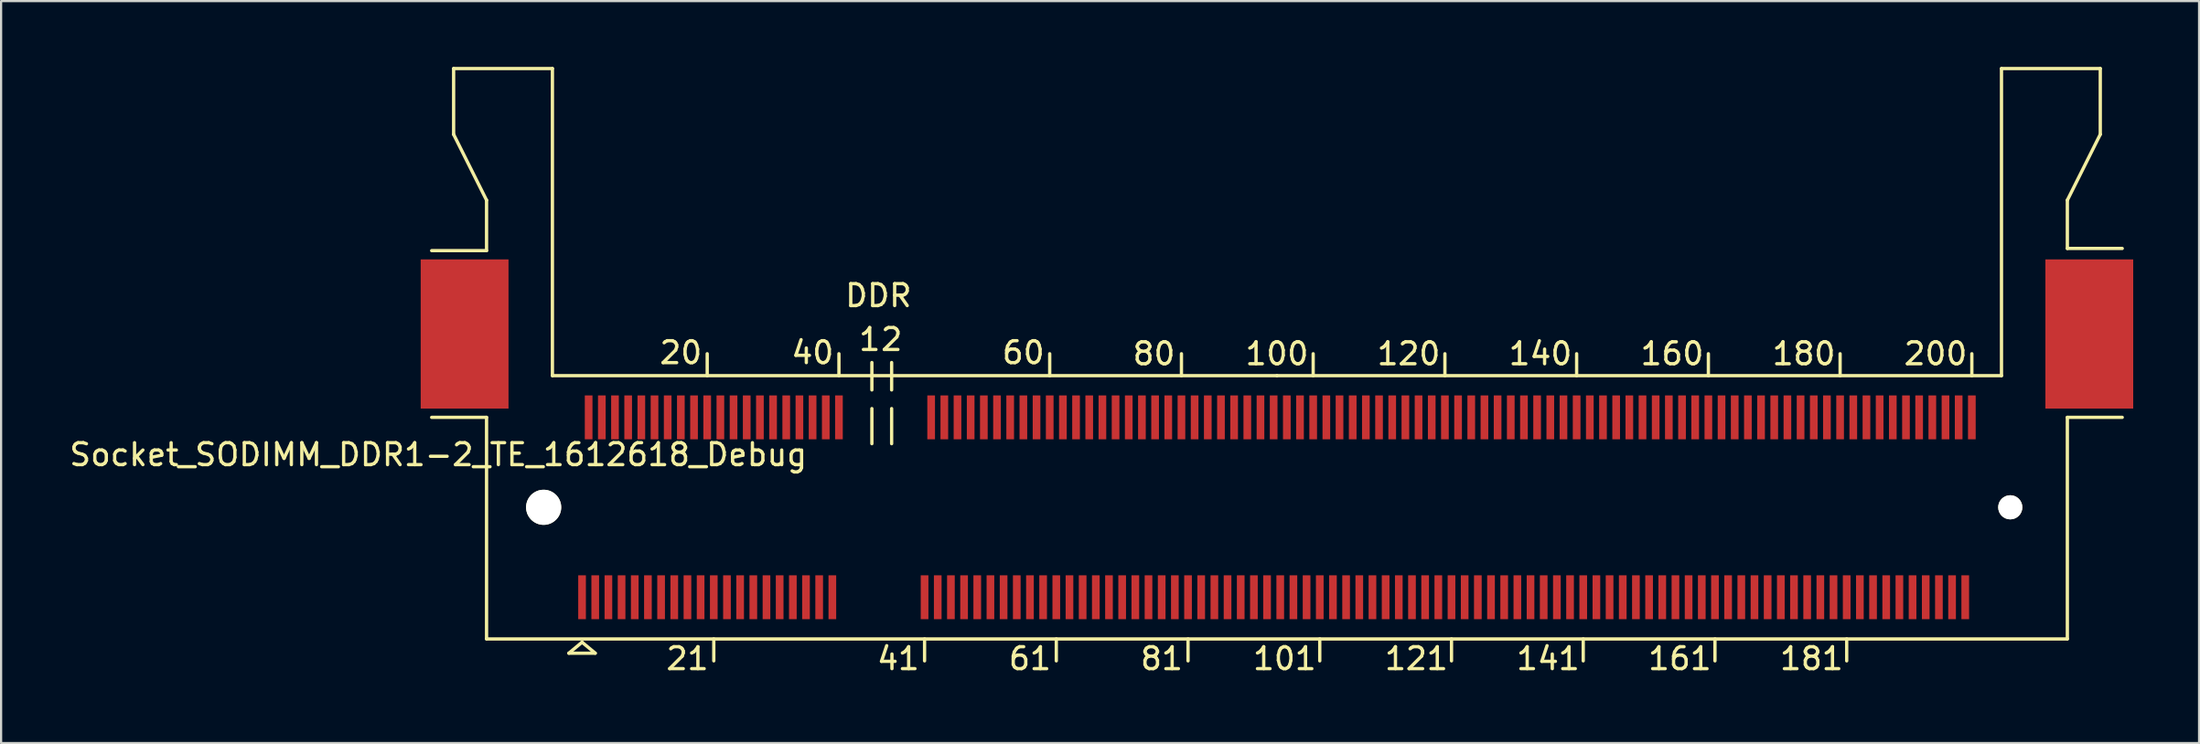
<source format=kicad_pcb>
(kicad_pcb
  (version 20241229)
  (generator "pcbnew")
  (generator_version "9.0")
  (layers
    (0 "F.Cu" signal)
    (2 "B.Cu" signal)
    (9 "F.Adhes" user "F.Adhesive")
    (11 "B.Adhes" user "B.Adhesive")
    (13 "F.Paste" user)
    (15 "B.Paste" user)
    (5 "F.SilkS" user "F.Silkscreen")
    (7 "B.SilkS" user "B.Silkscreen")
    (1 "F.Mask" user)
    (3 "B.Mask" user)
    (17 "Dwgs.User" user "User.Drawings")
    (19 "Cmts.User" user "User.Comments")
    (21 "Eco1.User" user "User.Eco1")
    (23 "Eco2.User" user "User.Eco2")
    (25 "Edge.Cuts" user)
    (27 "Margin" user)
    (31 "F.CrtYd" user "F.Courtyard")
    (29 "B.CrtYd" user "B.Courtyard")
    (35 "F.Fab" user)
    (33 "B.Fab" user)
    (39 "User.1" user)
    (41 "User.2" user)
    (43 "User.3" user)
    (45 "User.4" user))
  (footprint "Socket_SODIMM_DDR1-2_TE_1612618_Debug"
    (layer "F.Cu")
    (at 55.111 20.075)
    (property "Reference" "Socket_SODIMM_DDR1-2_TE_1612618_Debug" (at -38.2 -2.4 0) (layer "F.SilkS") (effects (font (size 1 1) (thickness 0.15))))
    (attr smd)
    (fp_line (start -37.5 -20) (end -37.5 -17) (stroke (width 0.15) (type solid)) (layer "F.SilkS"))
    (fp_line (start -37.5 -17) (end -36 -14) (stroke (width 0.15) (type solid)) (layer "F.SilkS"))
    (fp_line (start -36 -14) (end -36 -11.7) (stroke (width 0.15) (type solid)) (layer "F.SilkS"))
    (fp_line (start -36 -11.7) (end -38.5 -11.7) (stroke (width 0.15) (type solid)) (layer "F.SilkS"))
    (fp_line (start -36 -4.1) (end -38.5 -4.1) (stroke (width 0.15) (type solid)) (layer "F.SilkS"))
    (fp_line (start -36 -4.1) (end -36 6) (stroke (width 0.15) (type solid)) (layer "F.SilkS"))
    (fp_line (start -36 6) (end 36 6) (stroke (width 0.15) (type solid)) (layer "F.SilkS"))
    (fp_line (start -33 -20) (end -37.5 -20) (stroke (width 0.15) (type solid)) (layer "F.SilkS"))
    (fp_line (start -33 -6) (end -33 -20) (stroke (width 0.15) (type solid)) (layer "F.SilkS"))
    (fp_line (start -32.25 6.65) (end -31.65 6.15) (stroke (width 0.15) (type solid)) (layer "F.SilkS"))
    (fp_line (start -31.65 6.15) (end -31.05 6.65) (stroke (width 0.15) (type solid)) (layer "F.SilkS"))
    (fp_line (start -31.05 6.65) (end -32.25 6.65) (stroke (width 0.15) (type solid)) (layer "F.SilkS"))
    (fp_line (start -25.95 -6) (end -25.95 -7) (stroke (width 0.15) (type solid)) (layer "F.SilkS"))
    (fp_line (start -25.65 7) (end -25.65 6) (stroke (width 0.15) (type solid)) (layer "F.SilkS"))
    (fp_line (start -19.95 -6) (end -19.95 -7) (stroke (width 0.15) (type solid)) (layer "F.SilkS"))
    (fp_line (start -18.45 -5.35) (end -18.45 -6.6) (stroke (width 0.15) (type solid)) (layer "F.SilkS"))
    (fp_line (start -18.45 -4.5) (end -18.45 -2.9) (stroke (width 0.15) (type solid)) (layer "F.SilkS"))
    (fp_line (start -17.55 -5.35) (end -17.55 -6.6) (stroke (width 0.15) (type solid)) (layer "F.SilkS"))
    (fp_line (start -17.55 -4.5) (end -17.55 -2.9) (stroke (width 0.15) (type solid)) (layer "F.SilkS"))
    (fp_line (start -16.05 7) (end -16.05 6) (stroke (width 0.15) (type solid)) (layer "F.SilkS"))
    (fp_line (start -10.35 -6) (end -10.35 -7) (stroke (width 0.15) (type solid)) (layer "F.SilkS"))
    (fp_line (start -10.05 7) (end -10.05 6) (stroke (width 0.15) (type solid)) (layer "F.SilkS"))
    (fp_line (start -4.35 -6) (end -4.35 -7) (stroke (width 0.15) (type solid)) (layer "F.SilkS"))
    (fp_line (start -4.05 7) (end -4.05 6) (stroke (width 0.15) (type solid)) (layer "F.SilkS"))
    (fp_line (start 0 -6) (end -33 -6) (stroke (width 0.15) (type solid)) (layer "F.SilkS"))
    (fp_line (start 1.65 -6) (end 1.65 -7) (stroke (width 0.15) (type solid)) (layer "F.SilkS"))
    (fp_line (start 1.95 7) (end 1.95 6) (stroke (width 0.15) (type solid)) (layer "F.SilkS"))
    (fp_line (start 7.65 -6) (end 7.65 -7) (stroke (width 0.15) (type solid)) (layer "F.SilkS"))
    (fp_line (start 7.95 7) (end 7.95 6) (stroke (width 0.15) (type solid)) (layer "F.SilkS"))
    (fp_line (start 13.65 -6) (end 13.65 -7) (stroke (width 0.15) (type solid)) (layer "F.SilkS"))
    (fp_line (start 13.95 7) (end 13.95 6) (stroke (width 0.15) (type solid)) (layer "F.SilkS"))
    (fp_line (start 19.65 -6) (end 19.65 -7) (stroke (width 0.15) (type solid)) (layer "F.SilkS"))
    (fp_line (start 19.95 7) (end 19.95 6) (stroke (width 0.15) (type solid)) (layer "F.SilkS"))
    (fp_line (start 25.65 -6) (end 25.65 -7) (stroke (width 0.15) (type solid)) (layer "F.SilkS"))
    (fp_line (start 25.95 7) (end 25.95 6) (stroke (width 0.15) (type solid)) (layer "F.SilkS"))
    (fp_line (start 31.65 -6) (end 31.65 -7) (stroke (width 0.15) (type solid)) (layer "F.SilkS"))
    (fp_line (start 33 -20) (end 33 -6) (stroke (width 0.15) (type solid)) (layer "F.SilkS"))
    (fp_line (start 33 -6) (end 0 -6) (stroke (width 0.15) (type solid)) (layer "F.SilkS"))
    (fp_line (start 36 -14) (end 36 -11.8) (stroke (width 0.15) (type solid)) (layer "F.SilkS"))
    (fp_line (start 36 -14) (end 37.5 -17) (stroke (width 0.15) (type solid)) (layer "F.SilkS"))
    (fp_line (start 36 -11.8) (end 38.5 -11.8) (stroke (width 0.15) (type solid)) (layer "F.SilkS"))
    (fp_line (start 36 -4.1) (end 38.5 -4.1) (stroke (width 0.15) (type solid)) (layer "F.SilkS"))
    (fp_line (start 36 6) (end 36 -4.1) (stroke (width 0.15) (type solid)) (layer "F.SilkS"))
    (fp_line (start 37.5 -20) (end 33 -20) (stroke (width 0.15) (type solid)) (layer "F.SilkS"))
    (fp_line (start 37.5 -17) (end 37.5 -20) (stroke (width 0.15) (type solid)) (layer "F.SilkS"))
    (fp_text user "141" (at 12.35 6.9 0) (layer "F.SilkS") (effects (font (size 1 1) (thickness 0.15))))
    (fp_text user "81" (at -5.25 6.9 0) (layer "F.SilkS") (effects (font (size 1 1) (thickness 0.15))))
    (fp_text user "20" (at -27.15 -7.05 0) (layer "F.SilkS") (effects (font (size 1 1) (thickness 0.15))))
    (fp_text user "101" (at 0.35 6.9 0) (layer "F.SilkS") (effects (font (size 1 1) (thickness 0.15))))
    (fp_text user "2" (at -17.55 -7.65 0) (layer "F.SilkS") (effects (font (size 1 1) (thickness 0.15))))
    (fp_text user "160" (at 18 -7 0) (layer "F.SilkS") (effects (font (size 1 1) (thickness 0.15))))
    (fp_text user "100" (at 0 -7 0) (layer "F.SilkS") (effects (font (size 1 1) (thickness 0.15))))
    (fp_text user "40" (at -21.15 -7.05 0) (layer "F.SilkS") (effects (font (size 1 1) (thickness 0.15))))
    (fp_text user "60" (at -11.55 -7.05 0) (layer "F.SilkS") (effects (font (size 1 1) (thickness 0.15))))
    (fp_text user "80" (at -5.6 -7 0) (layer "F.SilkS") (effects (font (size 1 1) (thickness 0.15))))
    (fp_text user "DDR" (at -18.15 -9.65 0) (layer "F.SilkS") (effects (font (size 1 1) (thickness 0.15))))
    (fp_text user "21" (at -26.85 6.9 0) (layer "F.SilkS") (effects (font (size 1 1) (thickness 0.15))))
    (fp_text user "181" (at 24.35 6.9 0) (layer "F.SilkS") (effects (font (size 1 1) (thickness 0.15))))
    (fp_text user "61" (at -11.25 6.9 0) (layer "F.SilkS") (effects (font (size 1 1) (thickness 0.15))))
    (fp_text user "180" (at 24 -7 0) (layer "F.SilkS") (effects (font (size 1 1) (thickness 0.15))))
    (fp_text user "1" (at -18.55 -7.65 0) (layer "F.SilkS") (effects (font (size 1 1) (thickness 0.15))))
    (fp_text user "140" (at 12 -7 0) (layer "F.SilkS") (effects (font (size 1 1) (thickness 0.15))))
    (fp_text user "200" (at 30 -7 0) (layer "F.SilkS") (effects (font (size 1 1) (thickness 0.15))))
    (fp_text user "161" (at 18.35 6.9 0) (layer "F.SilkS") (effects (font (size 1 1) (thickness 0.15))))
    (fp_text user "41" (at -17.25 6.9 0) (layer "F.SilkS") (effects (font (size 1 1) (thickness 0.15))))
    (fp_text user "121" (at 6.35 6.9 0) (layer "F.SilkS") (effects (font (size 1 1) (thickness 0.15))))
    (fp_text user "120" (at 6 -7 0) (layer "F.SilkS") (effects (font (size 1 1) (thickness 0.15))))
    (pad "" smd rect (at -37 -7.9) (size 4 6.8) (layers "F.Cu" "F.Mask" "F.Paste"))
    (pad "" np_thru_hole circle (at -33.4 0) (size 1.6 1.6) (drill 1.6) (layers "*.Cu" "*.Mask" "F.SilkS"))
    (pad "" np_thru_hole circle (at 33.4 0) (size 1.1 1.1) (drill 1.1) (layers "*.Cu" "*.Mask" "F.SilkS"))
    (pad "" smd rect (at 37 -7.9) (size 4 6.8) (layers "F.Cu" "F.Mask" "F.Paste"))
    (pad "1" smd rect (at -31.65 4.1) (size 0.35 2) (layers "F.Cu" "F.Mask" "F.Paste"))
    (pad "2" smd rect (at -31.35 -4.1) (size 0.35 2) (layers "F.Cu" "F.Mask" "F.Paste"))
    (pad "3" smd rect (at -31.05 4.1) (size 0.35 2) (layers "F.Cu" "F.Mask" "F.Paste"))
    (pad "4" smd rect (at -30.75 -4.1) (size 0.35 2) (layers "F.Cu" "F.Mask" "F.Paste"))
    (pad "5" smd rect (at -30.45 4.1) (size 0.35 2) (layers "F.Cu" "F.Mask" "F.Paste"))
    (pad "6" smd rect (at -30.15 -4.1) (size 0.35 2) (layers "F.Cu" "F.Mask" "F.Paste"))
    (pad "7" smd rect (at -29.85 4.1) (size 0.35 2) (layers "F.Cu" "F.Mask" "F.Paste"))
    (pad "8" smd rect (at -29.55 -4.1) (size 0.35 2) (layers "F.Cu" "F.Mask" "F.Paste"))
    (pad "9" smd rect (at -29.25 4.1) (size 0.35 2) (layers "F.Cu" "F.Mask" "F.Paste"))
    (pad "10" smd rect (at -28.95 -4.1) (size 0.35 2) (layers "F.Cu" "F.Mask" "F.Paste"))
    (pad "11" smd rect (at -28.65 4.1) (size 0.35 2) (layers "F.Cu" "F.Mask" "F.Paste"))
    (pad "12" smd rect (at -28.35 -4.1) (size 0.35 2) (layers "F.Cu" "F.Mask" "F.Paste"))
    (pad "13" smd rect (at -28.05 4.1) (size 0.35 2) (layers "F.Cu" "F.Mask" "F.Paste"))
    (pad "14" smd rect (at -27.75 -4.1) (size 0.35 2) (layers "F.Cu" "F.Mask" "F.Paste"))
    (pad "15" smd rect (at -27.45 4.1) (size 0.35 2) (layers "F.Cu" "F.Mask" "F.Paste"))
    (pad "16" smd rect (at -27.15 -4.1) (size 0.35 2) (layers "F.Cu" "F.Mask" "F.Paste"))
    (pad "17" smd rect (at -26.85 4.1) (size 0.35 2) (layers "F.Cu" "F.Mask" "F.Paste"))
    (pad "18" smd rect (at -26.55 -4.1) (size 0.35 2) (layers "F.Cu" "F.Mask" "F.Paste"))
    (pad "19" smd rect (at -26.25 4.1) (size 0.35 2) (layers "F.Cu" "F.Mask" "F.Paste"))
    (pad "20" smd rect (at -25.95 -4.1) (size 0.35 2) (layers "F.Cu" "F.Mask" "F.Paste"))
    (pad "21" smd rect (at -25.65 4.1) (size 0.35 2) (layers "F.Cu" "F.Mask" "F.Paste"))
    (pad "22" smd rect (at -25.35 -4.1) (size 0.35 2) (layers "F.Cu" "F.Mask" "F.Paste"))
    (pad "23" smd rect (at -25.05 4.1) (size 0.35 2) (layers "F.Cu" "F.Mask" "F.Paste"))
    (pad "24" smd rect (at -24.75 -4.1) (size 0.35 2) (layers "F.Cu" "F.Mask" "F.Paste"))
    (pad "25" smd rect (at -24.45 4.1) (size 0.35 2) (layers "F.Cu" "F.Mask" "F.Paste"))
    (pad "26" smd rect (at -24.15 -4.1) (size 0.35 2) (layers "F.Cu" "F.Mask" "F.Paste"))
    (pad "27" smd rect (at -23.85 4.1) (size 0.35 2) (layers "F.Cu" "F.Mask" "F.Paste"))
    (pad "28" smd rect (at -23.55 -4.1) (size 0.35 2) (layers "F.Cu" "F.Mask" "F.Paste"))
    (pad "29" smd rect (at -23.25 4.1) (size 0.35 2) (layers "F.Cu" "F.Mask" "F.Paste"))
    (pad "30" smd rect (at -22.95 -4.1) (size 0.35 2) (layers "F.Cu" "F.Mask" "F.Paste"))
    (pad "31" smd rect (at -22.65 4.1) (size 0.35 2) (layers "F.Cu" "F.Mask" "F.Paste"))
    (pad "32" smd rect (at -22.35 -4.1) (size 0.35 2) (layers "F.Cu" "F.Mask" "F.Paste"))
    (pad "33" smd rect (at -22.05 4.1) (size 0.35 2) (layers "F.Cu" "F.Mask" "F.Paste"))
    (pad "34" smd rect (at -21.75 -4.1) (size 0.35 2) (layers "F.Cu" "F.Mask" "F.Paste"))
    (pad "35" smd rect (at -21.45 4.1) (size 0.35 2) (layers "F.Cu" "F.Mask" "F.Paste"))
    (pad "36" smd rect (at -21.15 -4.1) (size 0.35 2) (layers "F.Cu" "F.Mask" "F.Paste"))
    (pad "37" smd rect (at -20.85 4.1) (size 0.35 2) (layers "F.Cu" "F.Mask" "F.Paste"))
    (pad "38" smd rect (at -20.55 -4.1) (size 0.35 2) (layers "F.Cu" "F.Mask" "F.Paste"))
    (pad "39" smd rect (at -20.25 4.1) (size 0.35 2) (layers "F.Cu" "F.Mask" "F.Paste"))
    (pad "40" smd rect (at -19.95 -4.1) (size 0.35 2) (layers "F.Cu" "F.Mask" "F.Paste"))
    (pad "41" smd rect (at -16.05 4.1) (size 0.35 2) (layers "F.Cu" "F.Mask" "F.Paste"))
    (pad "42" smd rect (at -15.75 -4.1) (size 0.35 2) (layers "F.Cu" "F.Mask" "F.Paste"))
    (pad "43" smd rect (at -15.45 4.1) (size 0.35 2) (layers "F.Cu" "F.Mask" "F.Paste"))
    (pad "44" smd rect (at -15.15 -4.1) (size 0.35 2) (layers "F.Cu" "F.Mask" "F.Paste"))
    (pad "45" smd rect (at -14.85 4.1) (size 0.35 2) (layers "F.Cu" "F.Mask" "F.Paste"))
    (pad "46" smd rect (at -14.55 -4.1) (size 0.35 2) (layers "F.Cu" "F.Mask" "F.Paste"))
    (pad "47" smd rect (at -14.25 4.1) (size 0.35 2) (layers "F.Cu" "F.Mask" "F.Paste"))
    (pad "48" smd rect (at -13.95 -4.1) (size 0.35 2) (layers "F.Cu" "F.Mask" "F.Paste"))
    (pad "49" smd rect (at -13.65 4.1) (size 0.35 2) (layers "F.Cu" "F.Mask" "F.Paste"))
    (pad "50" smd rect (at -13.35 -4.1) (size 0.35 2) (layers "F.Cu" "F.Mask" "F.Paste"))
    (pad "51" smd rect (at -13.05 4.1) (size 0.35 2) (layers "F.Cu" "F.Mask" "F.Paste"))
    (pad "52" smd rect (at -12.75 -4.1) (size 0.35 2) (layers "F.Cu" "F.Mask" "F.Paste"))
    (pad "53" smd rect (at -12.45 4.1) (size 0.35 2) (layers "F.Cu" "F.Mask" "F.Paste"))
    (pad "54" smd rect (at -12.15 -4.1) (size 0.35 2) (layers "F.Cu" "F.Mask" "F.Paste"))
    (pad "55" smd rect (at -11.85 4.1) (size 0.35 2) (layers "F.Cu" "F.Mask" "F.Paste"))
    (pad "56" smd rect (at -11.55 -4.1) (size 0.35 2) (layers "F.Cu" "F.Mask" "F.Paste"))
    (pad "57" smd rect (at -11.25 4.1) (size 0.35 2) (layers "F.Cu" "F.Mask" "F.Paste"))
    (pad "58" smd rect (at -10.95 -4.1) (size 0.35 2) (layers "F.Cu" "F.Mask" "F.Paste"))
    (pad "59" smd rect (at -10.65 4.1) (size 0.35 2) (layers "F.Cu" "F.Mask" "F.Paste"))
    (pad "60" smd rect (at -10.35 -4.1) (size 0.35 2) (layers "F.Cu" "F.Mask" "F.Paste"))
    (pad "61" smd rect (at -10.05 4.1) (size 0.35 2) (layers "F.Cu" "F.Mask" "F.Paste"))
    (pad "62" smd rect (at -9.75 -4.1) (size 0.35 2) (layers "F.Cu" "F.Mask" "F.Paste"))
    (pad "63" smd rect (at -9.45 4.1) (size 0.35 2) (layers "F.Cu" "F.Mask" "F.Paste"))
    (pad "64" smd rect (at -9.15 -4.1) (size 0.35 2) (layers "F.Cu" "F.Mask" "F.Paste"))
    (pad "65" smd rect (at -8.85 4.1) (size 0.35 2) (layers "F.Cu" "F.Mask" "F.Paste"))
    (pad "66" smd rect (at -8.55 -4.1) (size 0.35 2) (layers "F.Cu" "F.Mask" "F.Paste"))
    (pad "67" smd rect (at -8.25 4.1) (size 0.35 2) (layers "F.Cu" "F.Mask" "F.Paste"))
    (pad "68" smd rect (at -7.95 -4.1) (size 0.35 2) (layers "F.Cu" "F.Mask" "F.Paste"))
    (pad "69" smd rect (at -7.65 4.1) (size 0.35 2) (layers "F.Cu" "F.Mask" "F.Paste"))
    (pad "70" smd rect (at -7.35 -4.1) (size 0.35 2) (layers "F.Cu" "F.Mask" "F.Paste"))
    (pad "71" smd rect (at -7.05 4.1) (size 0.35 2) (layers "F.Cu" "F.Mask" "F.Paste"))
    (pad "72" smd rect (at -6.75 -4.1) (size 0.35 2) (layers "F.Cu" "F.Mask" "F.Paste"))
    (pad "73" smd rect (at -6.45 4.1) (size 0.35 2) (layers "F.Cu" "F.Mask" "F.Paste"))
    (pad "74" smd rect (at -6.15 -4.1) (size 0.35 2) (layers "F.Cu" "F.Mask" "F.Paste"))
    (pad "75" smd rect (at -5.85 4.1) (size 0.35 2) (layers "F.Cu" "F.Mask" "F.Paste"))
    (pad "76" smd rect (at -5.55 -4.1) (size 0.35 2) (layers "F.Cu" "F.Mask" "F.Paste"))
    (pad "77" smd rect (at -5.25 4.1) (size 0.35 2) (layers "F.Cu" "F.Mask" "F.Paste"))
    (pad "78" smd rect (at -4.95 -4.1) (size 0.35 2) (layers "F.Cu" "F.Mask" "F.Paste"))
    (pad "79" smd rect (at -4.65 4.1) (size 0.35 2) (layers "F.Cu" "F.Mask" "F.Paste"))
    (pad "80" smd rect (at -4.35 -4.1) (size 0.35 2) (layers "F.Cu" "F.Mask" "F.Paste"))
    (pad "81" smd rect (at -4.05 4.1) (size 0.35 2) (layers "F.Cu" "F.Mask" "F.Paste"))
    (pad "82" smd rect (at -3.75 -4.1) (size 0.35 2) (layers "F.Cu" "F.Mask" "F.Paste"))
    (pad "83" smd rect (at -3.45 4.1) (size 0.35 2) (layers "F.Cu" "F.Mask" "F.Paste"))
    (pad "84" smd rect (at -3.15 -4.1) (size 0.35 2) (layers "F.Cu" "F.Mask" "F.Paste"))
    (pad "85" smd rect (at -2.85 4.1) (size 0.35 2) (layers "F.Cu" "F.Mask" "F.Paste"))
    (pad "86" smd rect (at -2.55 -4.1) (size 0.35 2) (layers "F.Cu" "F.Mask" "F.Paste"))
    (pad "87" smd rect (at -2.25 4.1) (size 0.35 2) (layers "F.Cu" "F.Mask" "F.Paste"))
    (pad "88" smd rect (at -1.95 -4.1) (size 0.35 2) (layers "F.Cu" "F.Mask" "F.Paste"))
    (pad "89" smd rect (at -1.65 4.1) (size 0.35 2) (layers "F.Cu" "F.Mask" "F.Paste"))
    (pad "90" smd rect (at -1.35 -4.1) (size 0.35 2) (layers "F.Cu" "F.Mask" "F.Paste"))
    (pad "91" smd rect (at -1.05 4.1) (size 0.35 2) (layers "F.Cu" "F.Mask" "F.Paste"))
    (pad "92" smd rect (at -0.75 -4.1) (size 0.35 2) (layers "F.Cu" "F.Mask" "F.Paste"))
    (pad "93" smd rect (at -0.45 4.1) (size 0.35 2) (layers "F.Cu" "F.Mask" "F.Paste"))
    (pad "94" smd rect (at -0.15 -4.1) (size 0.35 2) (layers "F.Cu" "F.Mask" "F.Paste"))
    (pad "95" smd rect (at 0.15 4.1) (size 0.35 2) (layers "F.Cu" "F.Mask" "F.Paste"))
    (pad "96" smd rect (at 0.45 -4.1) (size 0.35 2) (layers "F.Cu" "F.Mask" "F.Paste"))
    (pad "97" smd rect (at 0.75 4.1) (size 0.35 2) (layers "F.Cu" "F.Mask" "F.Paste"))
    (pad "98" smd rect (at 1.05 -4.1) (size 0.35 2) (layers "F.Cu" "F.Mask" "F.Paste"))
    (pad "99" smd rect (at 1.35 4.1) (size 0.35 2) (layers "F.Cu" "F.Mask" "F.Paste"))
    (pad "100" smd rect (at 1.65 -4.1) (size 0.35 2) (layers "F.Cu" "F.Mask" "F.Paste"))
    (pad "101" smd rect (at 1.95 4.1) (size 0.35 2) (layers "F.Cu" "F.Mask" "F.Paste"))
    (pad "102" smd rect (at 2.25 -4.1) (size 0.35 2) (layers "F.Cu" "F.Mask" "F.Paste"))
    (pad "103" smd rect (at 2.55 4.1) (size 0.35 2) (layers "F.Cu" "F.Mask" "F.Paste"))
    (pad "104" smd rect (at 2.85 -4.1) (size 0.35 2) (layers "F.Cu" "F.Mask" "F.Paste"))
    (pad "105" smd rect (at 3.15 4.1) (size 0.35 2) (layers "F.Cu" "F.Mask" "F.Paste"))
    (pad "106" smd rect (at 3.45 -4.1) (size 0.35 2) (layers "F.Cu" "F.Mask" "F.Paste"))
    (pad "107" smd rect (at 3.75 4.1) (size 0.35 2) (layers "F.Cu" "F.Mask" "F.Paste"))
    (pad "108" smd rect (at 4.05 -4.1) (size 0.35 2) (layers "F.Cu" "F.Mask" "F.Paste"))
    (pad "109" smd rect (at 4.35 4.1) (size 0.35 2) (layers "F.Cu" "F.Mask" "F.Paste"))
    (pad "110" smd rect (at 4.65 -4.1) (size 0.35 2) (layers "F.Cu" "F.Mask" "F.Paste"))
    (pad "111" smd rect (at 4.95 4.1) (size 0.35 2) (layers "F.Cu" "F.Mask" "F.Paste"))
    (pad "112" smd rect (at 5.25 -4.1) (size 0.35 2) (layers "F.Cu" "F.Mask" "F.Paste"))
    (pad "113" smd rect (at 5.55 4.1) (size 0.35 2) (layers "F.Cu" "F.Mask" "F.Paste"))
    (pad "114" smd rect (at 5.85 -4.1) (size 0.35 2) (layers "F.Cu" "F.Mask" "F.Paste"))
    (pad "115" smd rect (at 6.15 4.1) (size 0.35 2) (layers "F.Cu" "F.Mask" "F.Paste"))
    (pad "116" smd rect (at 6.45 -4.1) (size 0.35 2) (layers "F.Cu" "F.Mask" "F.Paste"))
    (pad "117" smd rect (at 6.75 4.1) (size 0.35 2) (layers "F.Cu" "F.Mask" "F.Paste"))
    (pad "118" smd rect (at 7.05 -4.1) (size 0.35 2) (layers "F.Cu" "F.Mask" "F.Paste"))
    (pad "119" smd rect (at 7.35 4.1) (size 0.35 2) (layers "F.Cu" "F.Mask" "F.Paste"))
    (pad "120" smd rect (at 7.65 -4.1) (size 0.35 2) (layers "F.Cu" "F.Mask" "F.Paste"))
    (pad "121" smd rect (at 7.95 4.1) (size 0.35 2) (layers "F.Cu" "F.Mask" "F.Paste"))
    (pad "122" smd rect (at 8.25 -4.1) (size 0.35 2) (layers "F.Cu" "F.Mask" "F.Paste"))
    (pad "123" smd rect (at 8.55 4.1) (size 0.35 2) (layers "F.Cu" "F.Mask" "F.Paste"))
    (pad "124" smd rect (at 8.85 -4.1) (size 0.35 2) (layers "F.Cu" "F.Mask" "F.Paste"))
    (pad "125" smd rect (at 9.15 4.1) (size 0.35 2) (layers "F.Cu" "F.Mask" "F.Paste"))
    (pad "126" smd rect (at 9.45 -4.1) (size 0.35 2) (layers "F.Cu" "F.Mask" "F.Paste"))
    (pad "127" smd rect (at 9.75 4.1) (size 0.35 2) (layers "F.Cu" "F.Mask" "F.Paste"))
    (pad "128" smd rect (at 10.05 -4.1) (size 0.35 2) (layers "F.Cu" "F.Mask" "F.Paste"))
    (pad "129" smd rect (at 10.35 4.1) (size 0.35 2) (layers "F.Cu" "F.Mask" "F.Paste"))
    (pad "130" smd rect (at 10.65 -4.1) (size 0.35 2) (layers "F.Cu" "F.Mask" "F.Paste"))
    (pad "131" smd rect (at 10.95 4.1) (size 0.35 2) (layers "F.Cu" "F.Mask" "F.Paste"))
    (pad "132" smd rect (at 11.25 -4.1) (size 0.35 2) (layers "F.Cu" "F.Mask" "F.Paste"))
    (pad "133" smd rect (at 11.55 4.1) (size 0.35 2) (layers "F.Cu" "F.Mask" "F.Paste"))
    (pad "134" smd rect (at 11.85 -4.1) (size 0.35 2) (layers "F.Cu" "F.Mask" "F.Paste"))
    (pad "135" smd rect (at 12.15 4.1) (size 0.35 2) (layers "F.Cu" "F.Mask" "F.Paste"))
    (pad "136" smd rect (at 12.45 -4.1) (size 0.35 2) (layers "F.Cu" "F.Mask" "F.Paste"))
    (pad "137" smd rect (at 12.75 4.1) (size 0.35 2) (layers "F.Cu" "F.Mask" "F.Paste"))
    (pad "138" smd rect (at 13.05 -4.1) (size 0.35 2) (layers "F.Cu" "F.Mask" "F.Paste"))
    (pad "139" smd rect (at 13.35 4.1) (size 0.35 2) (layers "F.Cu" "F.Mask" "F.Paste"))
    (pad "140" smd rect (at 13.65 -4.1) (size 0.35 2) (layers "F.Cu" "F.Mask" "F.Paste"))
    (pad "141" smd rect (at 13.95 4.1) (size 0.35 2) (layers "F.Cu" "F.Mask" "F.Paste"))
    (pad "142" smd rect (at 14.25 -4.1) (size 0.35 2) (layers "F.Cu" "F.Mask" "F.Paste"))
    (pad "143" smd rect (at 14.55 4.1) (size 0.35 2) (layers "F.Cu" "F.Mask" "F.Paste"))
    (pad "144" smd rect (at 14.85 -4.1) (size 0.35 2) (layers "F.Cu" "F.Mask" "F.Paste"))
    (pad "145" smd rect (at 15.15 4.1) (size 0.35 2) (layers "F.Cu" "F.Mask" "F.Paste"))
    (pad "146" smd rect (at 15.45 -4.1) (size 0.35 2) (layers "F.Cu" "F.Mask" "F.Paste"))
    (pad "147" smd rect (at 15.75 4.1) (size 0.35 2) (layers "F.Cu" "F.Mask" "F.Paste"))
    (pad "148" smd rect (at 16.05 -4.1) (size 0.35 2) (layers "F.Cu" "F.Mask" "F.Paste"))
    (pad "149" smd rect (at 16.35 4.1) (size 0.35 2) (layers "F.Cu" "F.Mask" "F.Paste"))
    (pad "150" smd rect (at 16.65 -4.1) (size 0.35 2) (layers "F.Cu" "F.Mask" "F.Paste"))
    (pad "151" smd rect (at 16.95 4.1) (size 0.35 2) (layers "F.Cu" "F.Mask" "F.Paste"))
    (pad "152" smd rect (at 17.25 -4.1) (size 0.35 2) (layers "F.Cu" "F.Mask" "F.Paste"))
    (pad "153" smd rect (at 17.55 4.1) (size 0.35 2) (layers "F.Cu" "F.Mask" "F.Paste"))
    (pad "154" smd rect (at 17.85 -4.1) (size 0.35 2) (layers "F.Cu" "F.Mask" "F.Paste"))
    (pad "155" smd rect (at 18.15 4.1) (size 0.35 2) (layers "F.Cu" "F.Mask" "F.Paste"))
    (pad "156" smd rect (at 18.45 -4.1) (size 0.35 2) (layers "F.Cu" "F.Mask" "F.Paste"))
    (pad "157" smd rect (at 18.75 4.1) (size 0.35 2) (layers "F.Cu" "F.Mask" "F.Paste"))
    (pad "158" smd rect (at 19.05 -4.1) (size 0.35 2) (layers "F.Cu" "F.Mask" "F.Paste"))
    (pad "159" smd rect (at 19.35 4.1) (size 0.35 2) (layers "F.Cu" "F.Mask" "F.Paste"))
    (pad "160" smd rect (at 19.65 -4.1) (size 0.35 2) (layers "F.Cu" "F.Mask" "F.Paste"))
    (pad "161" smd rect (at 19.95 4.1) (size 0.35 2) (layers "F.Cu" "F.Mask" "F.Paste"))
    (pad "162" smd rect (at 20.25 -4.1) (size 0.35 2) (layers "F.Cu" "F.Mask" "F.Paste"))
    (pad "163" smd rect (at 20.55 4.1) (size 0.35 2) (layers "F.Cu" "F.Mask" "F.Paste"))
    (pad "164" smd rect (at 20.85 -4.1) (size 0.35 2) (layers "F.Cu" "F.Mask" "F.Paste"))
    (pad "165" smd rect (at 21.15 4.1) (size 0.35 2) (layers "F.Cu" "F.Mask" "F.Paste"))
    (pad "166" smd rect (at 21.45 -4.1) (size 0.35 2) (layers "F.Cu" "F.Mask" "F.Paste"))
    (pad "167" smd rect (at 21.75 4.1) (size 0.35 2) (layers "F.Cu" "F.Mask" "F.Paste"))
    (pad "168" smd rect (at 22.05 -4.1) (size 0.35 2) (layers "F.Cu" "F.Mask" "F.Paste"))
    (pad "169" smd rect (at 22.35 4.1) (size 0.35 2) (layers "F.Cu" "F.Mask" "F.Paste"))
    (pad "170" smd rect (at 22.65 -4.1) (size 0.35 2) (layers "F.Cu" "F.Mask" "F.Paste"))
    (pad "171" smd rect (at 22.95 4.1) (size 0.35 2) (layers "F.Cu" "F.Mask" "F.Paste"))
    (pad "172" smd rect (at 23.25 -4.1) (size 0.35 2) (layers "F.Cu" "F.Mask" "F.Paste"))
    (pad "173" smd rect (at 23.55 4.1) (size 0.35 2) (layers "F.Cu" "F.Mask" "F.Paste"))
    (pad "174" smd rect (at 23.85 -4.1) (size 0.35 2) (layers "F.Cu" "F.Mask" "F.Paste"))
    (pad "175" smd rect (at 24.15 4.1) (size 0.35 2) (layers "F.Cu" "F.Mask" "F.Paste"))
    (pad "176" smd rect (at 24.45 -4.1) (size 0.35 2) (layers "F.Cu" "F.Mask" "F.Paste"))
    (pad "177" smd rect (at 24.75 4.1) (size 0.35 2) (layers "F.Cu" "F.Mask" "F.Paste"))
    (pad "178" smd rect (at 25.05 -4.1) (size 0.35 2) (layers "F.Cu" "F.Mask" "F.Paste"))
    (pad "179" smd rect (at 25.35 4.1) (size 0.35 2) (layers "F.Cu" "F.Mask" "F.Paste"))
    (pad "180" smd rect (at 25.65 -4.1) (size 0.35 2) (layers "F.Cu" "F.Mask" "F.Paste"))
    (pad "181" smd rect (at 25.95 4.1) (size 0.35 2) (layers "F.Cu" "F.Mask" "F.Paste"))
    (pad "182" smd rect (at 26.25 -4.1) (size 0.35 2) (layers "F.Cu" "F.Mask" "F.Paste"))
    (pad "183" smd rect (at 26.55 4.1) (size 0.35 2) (layers "F.Cu" "F.Mask" "F.Paste"))
    (pad "184" smd rect (at 26.85 -4.1) (size 0.35 2) (layers "F.Cu" "F.Mask" "F.Paste"))
    (pad "185" smd rect (at 27.15 4.1) (size 0.35 2) (layers "F.Cu" "F.Mask" "F.Paste"))
    (pad "186" smd rect (at 27.45 -4.1) (size 0.35 2) (layers "F.Cu" "F.Mask" "F.Paste"))
    (pad "187" smd rect (at 27.75 4.1) (size 0.35 2) (layers "F.Cu" "F.Mask" "F.Paste"))
    (pad "188" smd rect (at 28.05 -4.1) (size 0.35 2) (layers "F.Cu" "F.Mask" "F.Paste"))
    (pad "189" smd rect (at 28.35 4.1) (size 0.35 2) (layers "F.Cu" "F.Mask" "F.Paste"))
    (pad "190" smd rect (at 28.65 -4.1) (size 0.35 2) (layers "F.Cu" "F.Mask" "F.Paste"))
    (pad "191" smd rect (at 28.95 4.1) (size 0.35 2) (layers "F.Cu" "F.Mask" "F.Paste"))
    (pad "192" smd rect (at 29.25 -4.1) (size 0.35 2) (layers "F.Cu" "F.Mask" "F.Paste"))
    (pad "193" smd rect (at 29.55 4.1) (size 0.35 2) (layers "F.Cu" "F.Mask" "F.Paste"))
    (pad "194" smd rect (at 29.85 -4.1) (size 0.35 2) (layers "F.Cu" "F.Mask" "F.Paste"))
    (pad "195" smd rect (at 30.15 4.1) (size 0.35 2) (layers "F.Cu" "F.Mask" "F.Paste"))
    (pad "196" smd rect (at 30.45 -4.1) (size 0.35 2) (layers "F.Cu" "F.Mask" "F.Paste"))
    (pad "197" smd rect (at 30.75 4.1) (size 0.35 2) (layers "F.Cu" "F.Mask" "F.Paste"))
    (pad "198" smd rect (at 31.05 -4.1) (size 0.35 2) (layers "F.Cu" "F.Mask" "F.Paste"))
    (pad "199" smd rect (at 31.35 4.1) (size 0.35 2) (layers "F.Cu" "F.Mask" "F.Paste"))
    (pad "200" smd rect (at 31.65 -4.1) (size 0.35 2) (layers "F.Cu" "F.Mask" "F.Paste")))
  (gr_rect
    (start -3 -3)
    (end 97.111 30.823)
    (stroke (width 0.1) (type default))
    (fill no)
    (layer "Edge.Cuts")))
</source>
